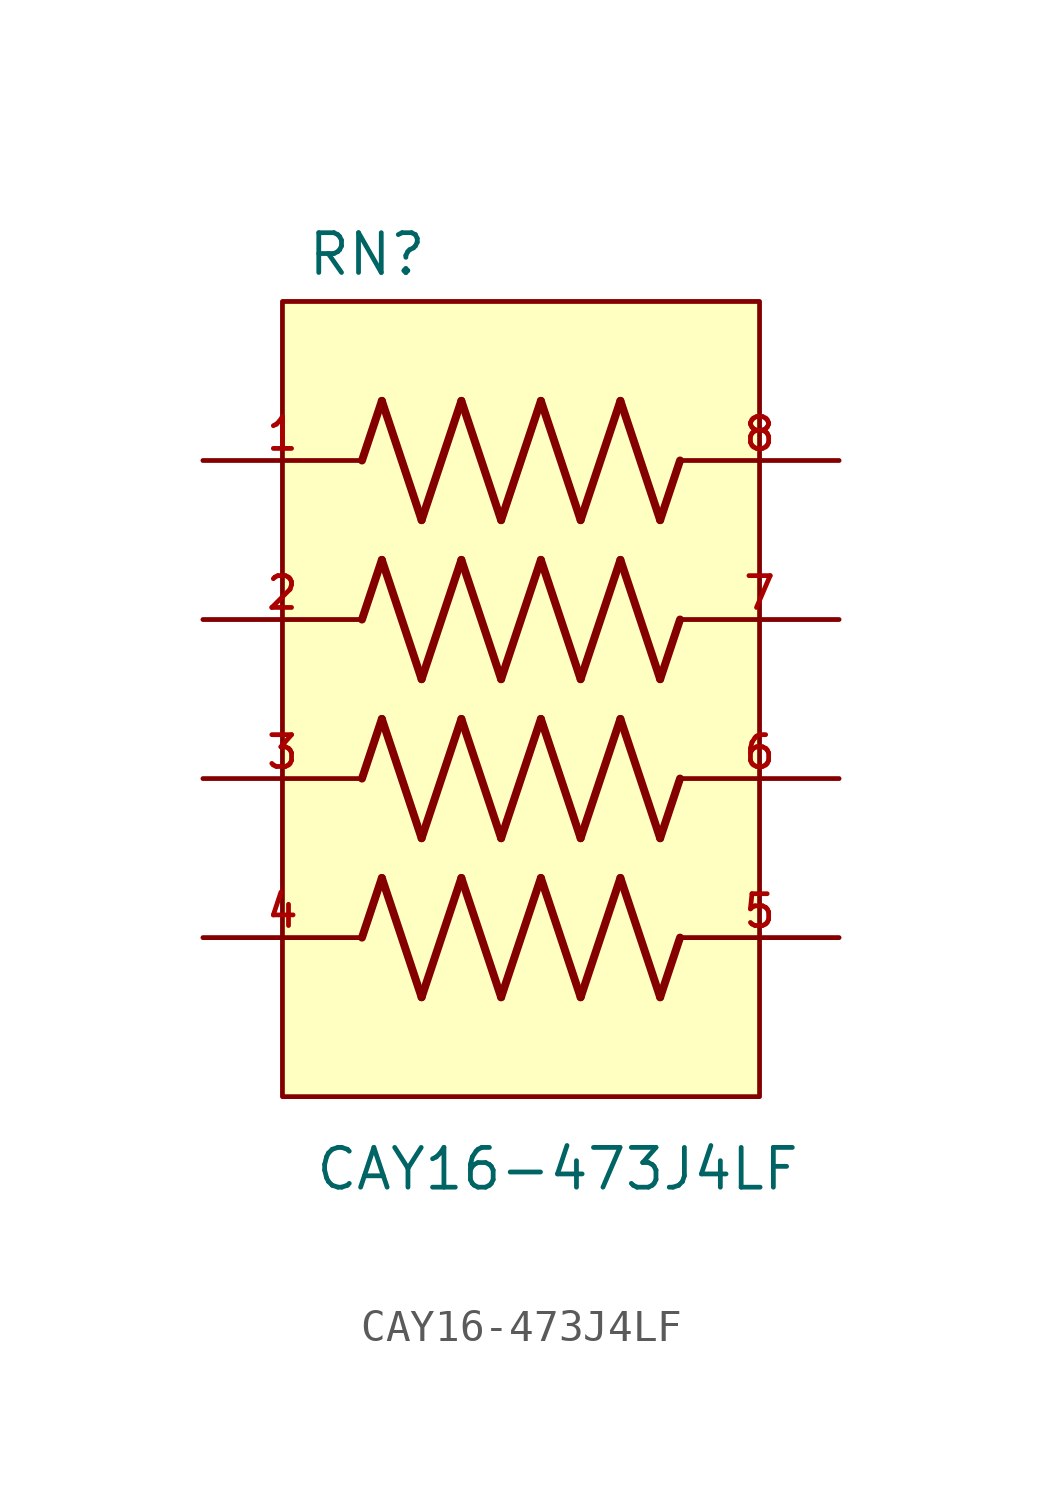
<source format=kicad_sym>
(kicad_symbol_lib
  (version 20211014)
  (generator kicad_symbol_editor)
  (symbol "CAY16-473J4LF"
    (pin_names
      (offset 1.016))
    (property "Reference" "RN"
      (at -6.862 13.463 0)
      (effects (font (size 1.27 1.27)) (justify bottom left)))
    (property "Value" "CAY16-473J4LF"
      (at -6.614 -15.755 0)
      (effects (font (size 1.27 1.27)) (justify bottom left)))
    (symbol "CAY16-473J4LF_0_0"
      (polyline (pts (xy -5.08 2.54) (xy -4.445 4.445)) (stroke (width 0.254)))
      (polyline (pts (xy -4.445 4.445) (xy -3.175 0.635)) (stroke (width 0.254)))
      (polyline (pts (xy -3.175 0.635) (xy -1.905 4.445)) (stroke (width 0.254)))
      (polyline (pts (xy -1.905 4.445) (xy -0.635 0.635)) (stroke (width 0.254)))
      (polyline (pts (xy -0.635 0.635) (xy 0.635 4.445)) (stroke (width 0.254)))
      (polyline (pts (xy 0.635 4.445) (xy 1.905 0.635)) (stroke (width 0.254)))
      (polyline (pts (xy 1.905 0.635) (xy 3.175 4.445)) (stroke (width 0.254)))
      (polyline (pts (xy 3.175 4.445) (xy 4.445 0.635)) (stroke (width 0.254)))
      (polyline (pts (xy 4.445 0.635) (xy 5.08 2.54)) (stroke (width 0.254)))
      (polyline (pts (xy -5.08 7.62) (xy -4.445 9.525)) (stroke (width 0.254)))
      (polyline (pts (xy -4.445 9.525) (xy -3.175 5.715)) (stroke (width 0.254)))
      (polyline (pts (xy -3.175 5.715) (xy -1.905 9.525)) (stroke (width 0.254)))
      (polyline (pts (xy -1.905 9.525) (xy -0.635 5.715)) (stroke (width 0.254)))
      (polyline (pts (xy -0.635 5.715) (xy 0.635 9.525)) (stroke (width 0.254)))
      (polyline (pts (xy 0.635 9.525) (xy 1.905 5.715)) (stroke (width 0.254)))
      (polyline (pts (xy 1.905 5.715) (xy 3.175 9.525)) (stroke (width 0.254)))
      (polyline (pts (xy 3.175 9.525) (xy 4.445 5.715)) (stroke (width 0.254)))
      (polyline (pts (xy 4.445 5.715) (xy 5.08 7.62)) (stroke (width 0.254)))
      (polyline (pts (xy -5.08 -2.54) (xy -4.445 -0.635)) (stroke (width 0.254)))
      (polyline (pts (xy -4.445 -0.635) (xy -3.175 -4.445)) (stroke (width 0.254)))
      (polyline (pts (xy -3.175 -4.445) (xy -1.905 -0.635)) (stroke (width 0.254)))
      (polyline (pts (xy -1.905 -0.635) (xy -0.635 -4.445)) (stroke (width 0.254)))
      (polyline (pts (xy -0.635 -4.445) (xy 0.635 -0.635)) (stroke (width 0.254)))
      (polyline (pts (xy 0.635 -0.635) (xy 1.905 -4.445)) (stroke (width 0.254)))
      (polyline (pts (xy 1.905 -4.445) (xy 3.175 -0.635)) (stroke (width 0.254)))
      (polyline (pts (xy 3.175 -0.635) (xy 4.445 -4.445)) (stroke (width 0.254)))
      (polyline (pts (xy 4.445 -4.445) (xy 5.08 -2.54)) (stroke (width 0.254)))
      (polyline (pts (xy -5.08 -7.62) (xy -4.445 -5.715)) (stroke (width 0.254)))
      (polyline (pts (xy -4.445 -5.715) (xy -3.175 -9.525)) (stroke (width 0.254)))
      (polyline (pts (xy -3.175 -9.525) (xy -1.905 -5.715)) (stroke (width 0.254)))
      (polyline (pts (xy -1.905 -5.715) (xy -0.635 -9.525)) (stroke (width 0.254)))
      (polyline (pts (xy -0.635 -9.525) (xy 0.635 -5.715)) (stroke (width 0.254)))
      (polyline (pts (xy 0.635 -5.715) (xy 1.905 -9.525)) (stroke (width 0.254)))
      (polyline (pts (xy 1.905 -9.525) (xy 3.175 -5.715)) (stroke (width 0.254)))
      (polyline (pts (xy 3.175 -5.715) (xy 4.445 -9.525)) (stroke (width 0.254)))
      (polyline (pts (xy 4.445 -9.525) (xy 5.08 -7.62)) (stroke (width 0.254)))
      (rectangle (start -7.62 -12.7) (end 7.62 12.7) (stroke (width 0.152)) (fill (type background)))
      (pin passive line (at -10.16 7.62 0) (length 5.08) (name "~" (effects (font (size 1.016 1.016)))) (number "1" (effects (font (size 1.016 1.016)))))
      (pin passive line (at -10.16 2.54 0) (length 5.08) (name "~" (effects (font (size 1.016 1.016)))) (number "2" (effects (font (size 1.016 1.016)))))
      (pin passive line (at -10.16 -2.54 0) (length 5.08) (name "~" (effects (font (size 1.016 1.016)))) (number "3" (effects (font (size 1.016 1.016)))))
      (pin passive line (at -10.16 -7.62 0) (length 5.08) (name "~" (effects (font (size 1.016 1.016)))) (number "4" (effects (font (size 1.016 1.016)))))
      (pin passive line (at 10.16 -7.62 180.0) (length 5.08) (name "~" (effects (font (size 1.016 1.016)))) (number "5" (effects (font (size 1.016 1.016)))))
      (pin passive line (at 10.16 -2.54 180.0) (length 5.08) (name "~" (effects (font (size 1.016 1.016)))) (number "6" (effects (font (size 1.016 1.016)))))
      (pin passive line (at 10.16 2.54 180.0) (length 5.08) (name "~" (effects (font (size 1.016 1.016)))) (number "7" (effects (font (size 1.016 1.016)))))
      (pin passive line (at 10.16 7.62 180.0) (length 5.08) (name "~" (effects (font (size 1.016 1.016)))) (number "8" (effects (font (size 1.016 1.016))))))))
</source>
